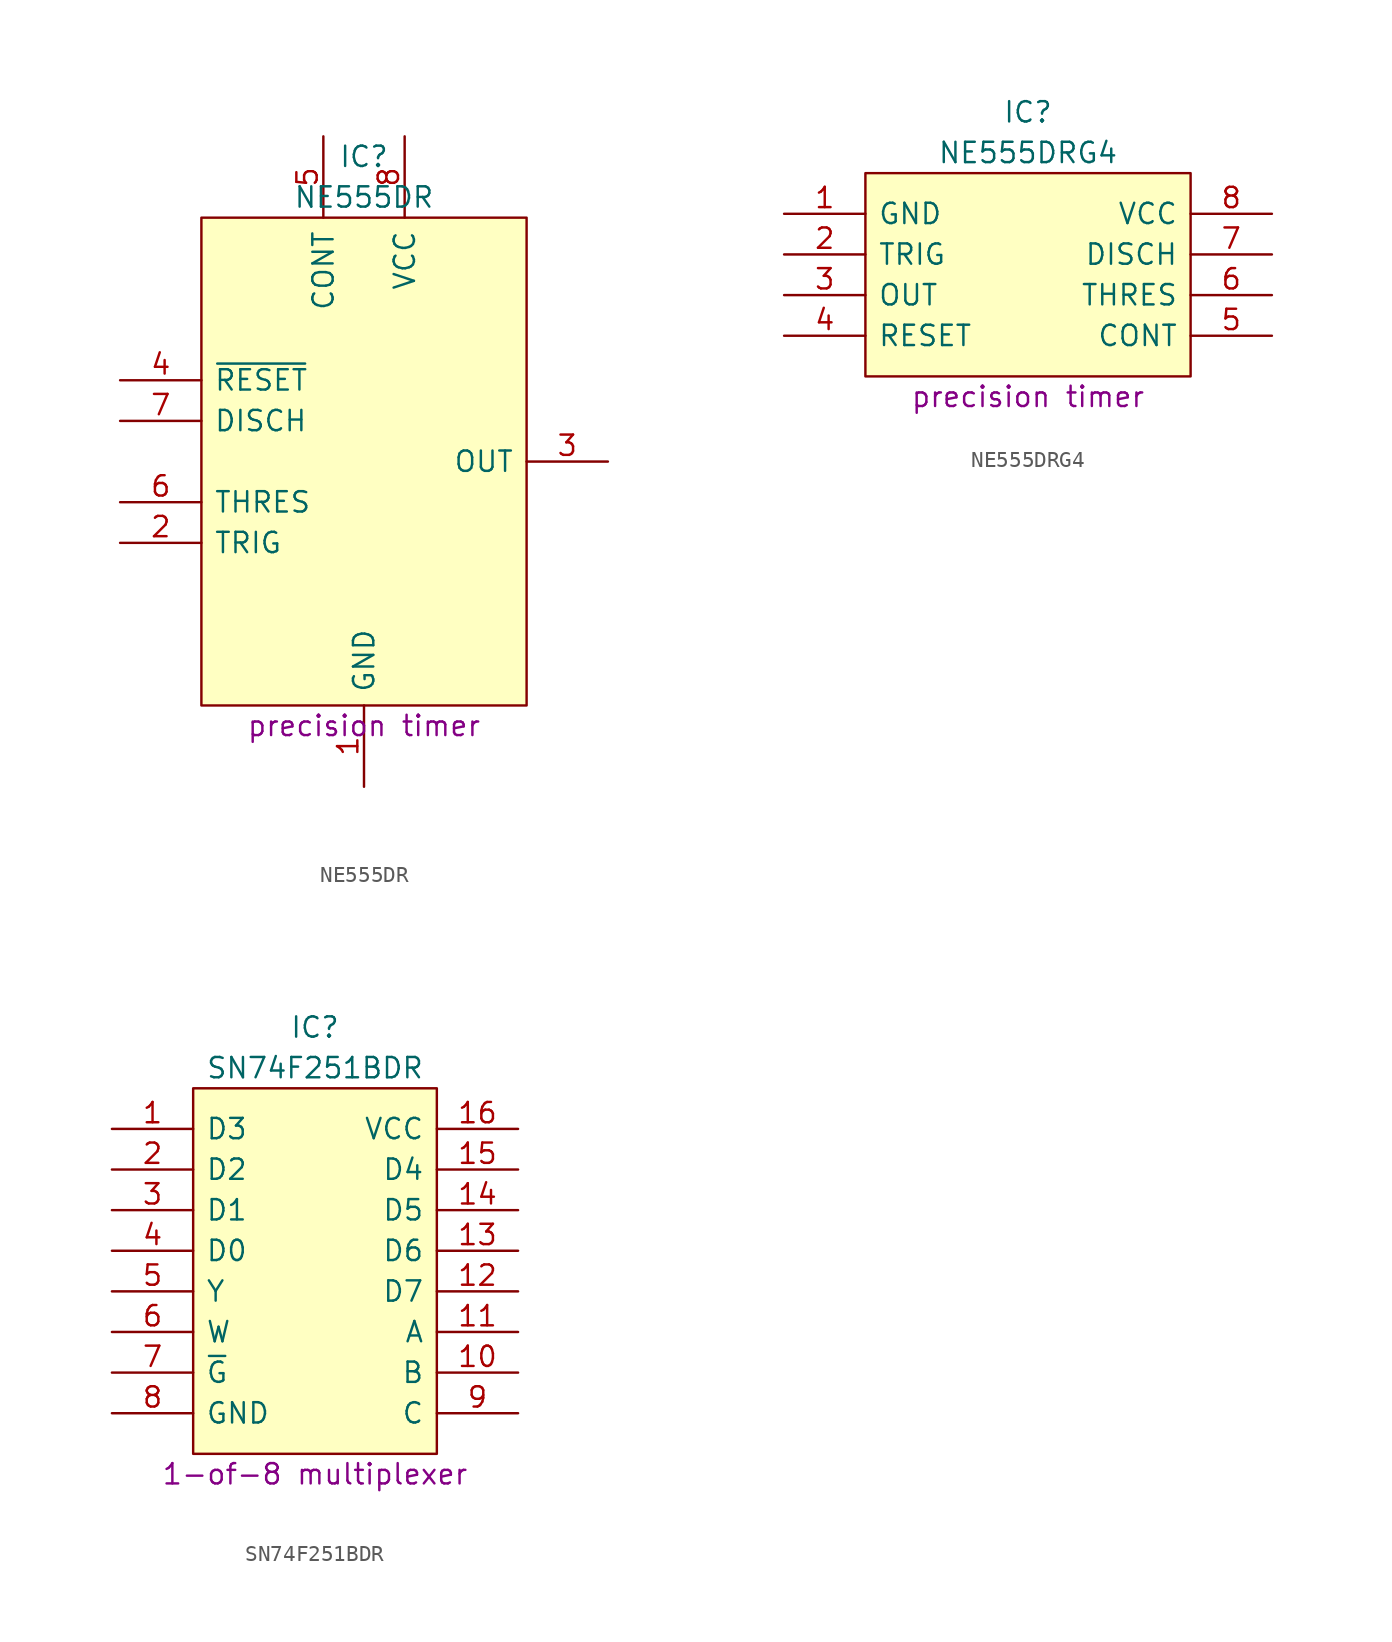
<source format=kicad_sym>
(kicad_symbol_lib
  (version 20241209)
  (generator "kicad_symbol_editor")
  (generator_version "9.0")
  (symbol "NE555DR"
    (pin_names
      (offset 0.762))
    (property "Reference" "IC"
      (at 15.24 13.97 0)
      (effects (font (size 1.27 1.27))))
    (property "Value" "NE555DR"
      (at 15.24 11.43 0)
      (effects (font (size 1.27 1.27))))
    (property "Description" "precision timer"
      (at 15.24 -21.59 0)
      (effects (font (size 1.27 1.27))))
    (symbol "NE555DR_0_0"
      (pin bidirectional line (at 0 0 0) (length 5.08) (name "~{RESET}" (effects (font (size 1.27 1.27)))) (number "4" (effects (font (size 1.27 1.27)))))
      (pin bidirectional line (at 0 -2.54 0) (length 5.08) (name "DISCH" (effects (font (size 1.27 1.27)))) (number "7" (effects (font (size 1.27 1.27)))))
      (pin bidirectional line (at 0 -7.62 0) (length 5.08) (name "THRES" (effects (font (size 1.27 1.27)))) (number "6" (effects (font (size 1.27 1.27)))))
      (pin bidirectional line (at 0 -10.16 0) (length 5.08) (name "TRIG" (effects (font (size 1.27 1.27)))) (number "2" (effects (font (size 1.27 1.27)))))
      (pin bidirectional line (at 12.7 15.24 270) (length 5.08) (name "CONT" (effects (font (size 1.27 1.27)))) (number "5" (effects (font (size 1.27 1.27)))))
      (pin bidirectional line (at 15.24 -25.4 90) (length 5.08) (name "GND" (effects (font (size 1.27 1.27)))) (number "1" (effects (font (size 1.27 1.27)))))
      (pin bidirectional line (at 17.78 15.24 270) (length 5.08) (name "VCC" (effects (font (size 1.27 1.27)))) (number "8" (effects (font (size 1.27 1.27)))))
      (pin bidirectional line (at 30.48 -5.08 180) (length 5.08) (name "OUT" (effects (font (size 1.27 1.27)))) (number "3" (effects (font (size 1.27 1.27))))))
    (symbol "NE555DR_0_1"
      (polyline (pts (xy 5.08 10.16) (xy 25.4 10.16) (xy 25.4 -20.32) (xy 5.08 -20.32) (xy 5.08 10.16)) (stroke (width 0.152) (type default)) (fill (type background)))))
  (symbol "NE555DRG4"
    (pin_names
      (offset 0.762))
    (property "Reference" "IC"
      (at 15.24 6.35 0)
      (effects (font (size 1.27 1.27))))
    (property "Value" "NE555DRG4"
      (at 15.24 3.81 0)
      (effects (font (size 1.27 1.27))))
    (property "Description" "precision timer"
      (at 15.24 -11.43 0)
      (effects (font (size 1.27 1.27))))
    (symbol "NE555DRG4_0_0"
      (pin passive line (at 0 0 0) (length 5.08) (name "GND" (effects (font (size 1.27 1.27)))) (number "1" (effects (font (size 1.27 1.27)))))
      (pin passive line (at 0 -2.54 0) (length 5.08) (name "TRIG" (effects (font (size 1.27 1.27)))) (number "2" (effects (font (size 1.27 1.27)))))
      (pin passive line (at 0 -5.08 0) (length 5.08) (name "OUT" (effects (font (size 1.27 1.27)))) (number "3" (effects (font (size 1.27 1.27)))))
      (pin passive line (at 0 -7.62 0) (length 5.08) (name "RESET" (effects (font (size 1.27 1.27)))) (number "4" (effects (font (size 1.27 1.27)))))
      (pin passive line (at 30.48 0 180) (length 5.08) (name "VCC" (effects (font (size 1.27 1.27)))) (number "8" (effects (font (size 1.27 1.27)))))
      (pin passive line (at 30.48 -2.54 180) (length 5.08) (name "DISCH" (effects (font (size 1.27 1.27)))) (number "7" (effects (font (size 1.27 1.27)))))
      (pin passive line (at 30.48 -5.08 180) (length 5.08) (name "THRES" (effects (font (size 1.27 1.27)))) (number "6" (effects (font (size 1.27 1.27)))))
      (pin passive line (at 30.48 -7.62 180) (length 5.08) (name "CONT" (effects (font (size 1.27 1.27)))) (number "5" (effects (font (size 1.27 1.27))))))
    (symbol "NE555DRG4_0_1"
      (polyline (pts (xy 5.08 2.54) (xy 25.4 2.54) (xy 25.4 -10.16) (xy 5.08 -10.16) (xy 5.08 2.54)) (stroke (width 0.152) (type default)) (fill (type background)))))
  (symbol "SN74F251BDR"
    (pin_names
      (offset 0.762))
    (property "Reference" "IC"
      (at 12.7 6.35 0)
      (effects (font (size 1.27 1.27))))
    (property "Value" "SN74F251BDR"
      (at 12.7 3.81 0)
      (effects (font (size 1.27 1.27))))
    (property "Description" "1-of-8 multiplexer"
      (at 12.7 -21.59 0)
      (effects (font (size 1.27 1.27))))
    (symbol "SN74F251BDR_0_0"
      (pin passive line (at 0 0 0) (length 5.08) (name "D3" (effects (font (size 1.27 1.27)))) (number "1" (effects (font (size 1.27 1.27)))))
      (pin passive line (at 0 -2.54 0) (length 5.08) (name "D2" (effects (font (size 1.27 1.27)))) (number "2" (effects (font (size 1.27 1.27)))))
      (pin passive line (at 0 -5.08 0) (length 5.08) (name "D1" (effects (font (size 1.27 1.27)))) (number "3" (effects (font (size 1.27 1.27)))))
      (pin passive line (at 0 -7.62 0) (length 5.08) (name "D0" (effects (font (size 1.27 1.27)))) (number "4" (effects (font (size 1.27 1.27)))))
      (pin passive line (at 0 -10.16 0) (length 5.08) (name "Y" (effects (font (size 1.27 1.27)))) (number "5" (effects (font (size 1.27 1.27)))))
      (pin passive line (at 0 -12.7 0) (length 5.08) (name "W" (effects (font (size 1.27 1.27)))) (number "6" (effects (font (size 1.27 1.27)))))
      (pin passive line (at 0 -15.24 0) (length 5.08) (name "~{G}" (effects (font (size 1.27 1.27)))) (number "7" (effects (font (size 1.27 1.27)))))
      (pin passive line (at 0 -17.78 0) (length 5.08) (name "GND" (effects (font (size 1.27 1.27)))) (number "8" (effects (font (size 1.27 1.27)))))
      (pin passive line (at 25.4 0 180) (length 5.08) (name "VCC" (effects (font (size 1.27 1.27)))) (number "16" (effects (font (size 1.27 1.27)))))
      (pin passive line (at 25.4 -2.54 180) (length 5.08) (name "D4" (effects (font (size 1.27 1.27)))) (number "15" (effects (font (size 1.27 1.27)))))
      (pin passive line (at 25.4 -5.08 180) (length 5.08) (name "D5" (effects (font (size 1.27 1.27)))) (number "14" (effects (font (size 1.27 1.27)))))
      (pin passive line (at 25.4 -7.62 180) (length 5.08) (name "D6" (effects (font (size 1.27 1.27)))) (number "13" (effects (font (size 1.27 1.27)))))
      (pin passive line (at 25.4 -10.16 180) (length 5.08) (name "D7" (effects (font (size 1.27 1.27)))) (number "12" (effects (font (size 1.27 1.27)))))
      (pin passive line (at 25.4 -12.7 180) (length 5.08) (name "A" (effects (font (size 1.27 1.27)))) (number "11" (effects (font (size 1.27 1.27)))))
      (pin passive line (at 25.4 -15.24 180) (length 5.08) (name "B" (effects (font (size 1.27 1.27)))) (number "10" (effects (font (size 1.27 1.27)))))
      (pin passive line (at 25.4 -17.78 180) (length 5.08) (name "C" (effects (font (size 1.27 1.27)))) (number "9" (effects (font (size 1.27 1.27))))))
    (symbol "SN74F251BDR_0_1"
      (polyline (pts (xy 5.08 2.54) (xy 20.32 2.54) (xy 20.32 -20.32) (xy 5.08 -20.32) (xy 5.08 2.54)) (stroke (width 0.152) (type default)) (fill (type background))))))
</source>
